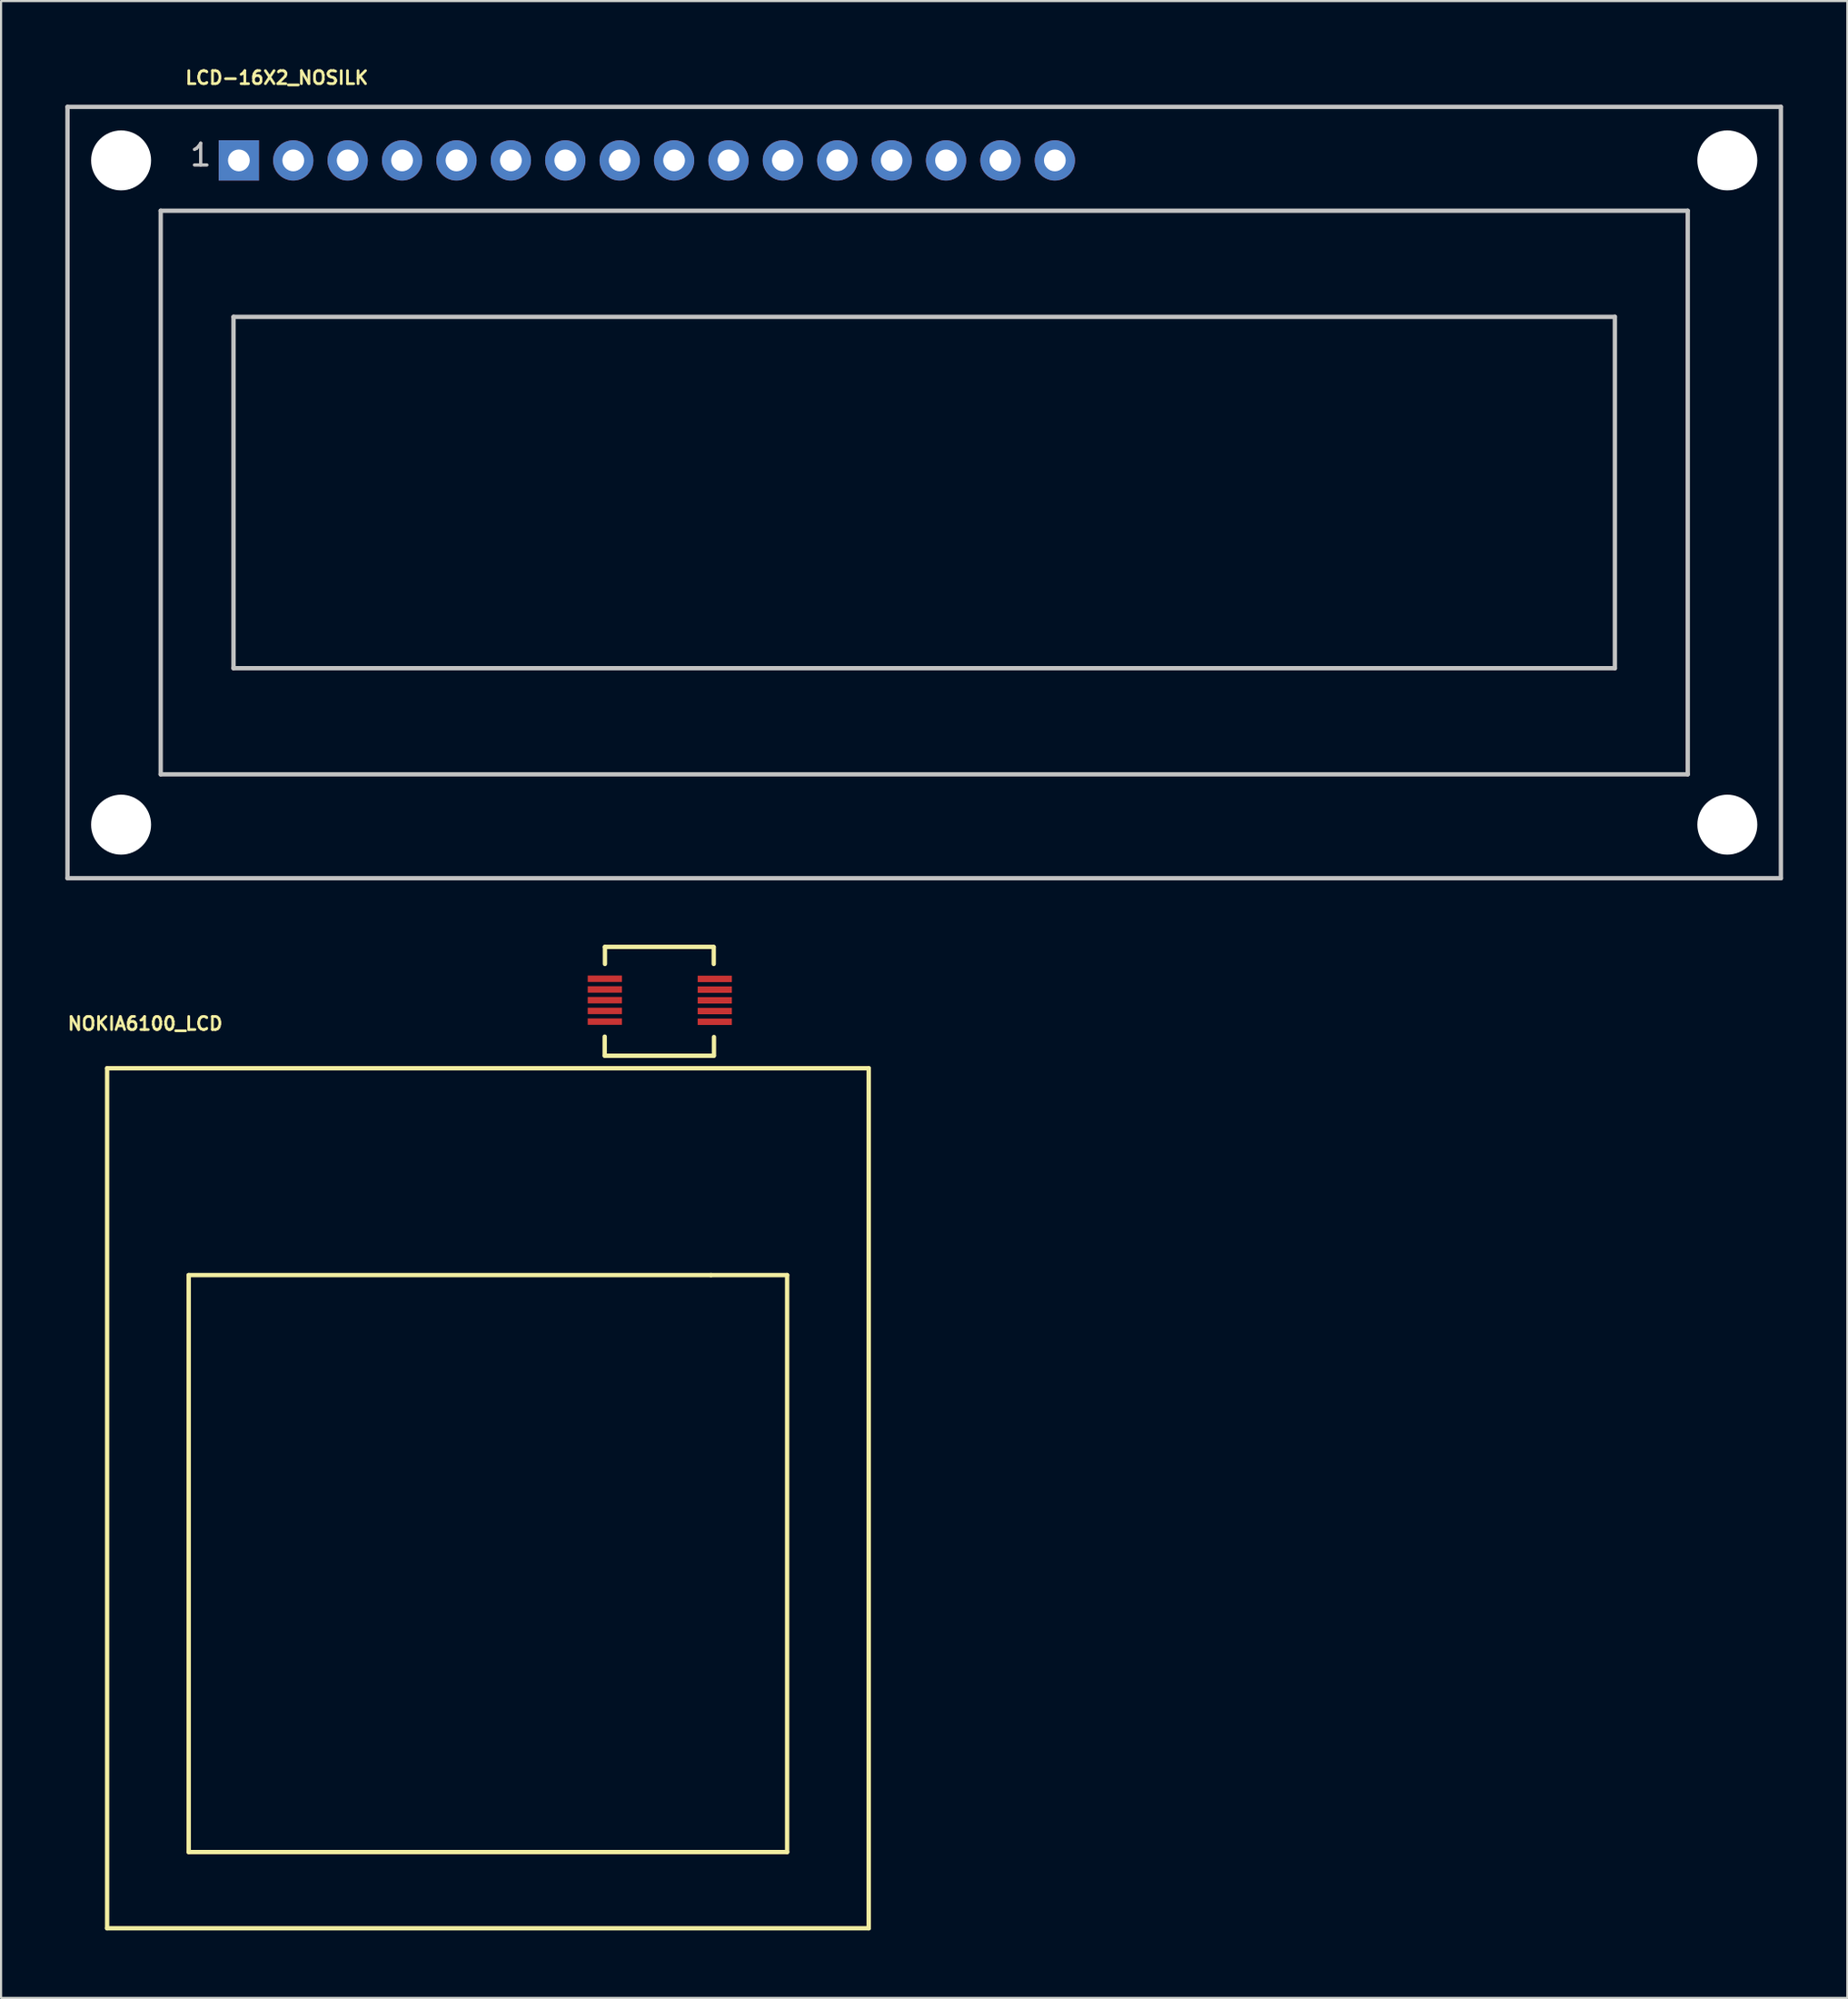
<source format=kicad_pcb>
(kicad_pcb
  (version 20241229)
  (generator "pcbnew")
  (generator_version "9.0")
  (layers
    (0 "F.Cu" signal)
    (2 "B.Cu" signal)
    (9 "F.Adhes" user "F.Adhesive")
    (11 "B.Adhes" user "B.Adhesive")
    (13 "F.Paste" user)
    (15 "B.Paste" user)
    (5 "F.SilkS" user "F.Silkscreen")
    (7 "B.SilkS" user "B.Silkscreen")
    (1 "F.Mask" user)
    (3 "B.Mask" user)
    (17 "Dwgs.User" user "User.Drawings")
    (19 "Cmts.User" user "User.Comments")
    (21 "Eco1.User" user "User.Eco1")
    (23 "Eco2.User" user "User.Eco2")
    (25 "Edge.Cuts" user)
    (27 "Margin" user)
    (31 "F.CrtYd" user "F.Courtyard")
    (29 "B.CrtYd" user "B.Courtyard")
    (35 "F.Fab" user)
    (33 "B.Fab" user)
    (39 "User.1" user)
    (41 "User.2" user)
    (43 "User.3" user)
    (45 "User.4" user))
  (footprint "LCD-16X2_NOSILK"
    (layer "F.Cu")
    (at 40.102 19.934)
    (property "Reference" "LCD-16X2_NOSILK" (at -30.226 -19.355 0) (layer "F.SilkS") (effects (font (size 0.61 0.61) (thickness 0.127))))
    (attr exclude_from_pos_files exclude_from_bom)
    (fp_line (start -40 -17.998) (end 40 -17.998) (stroke (width 0.203) (type solid)) (layer "Dwgs.User"))
    (fp_line (start -40 17.998) (end -40 -17.998) (stroke (width 0.203) (type solid)) (layer "Dwgs.User"))
    (fp_line (start -35.649 -13.15) (end 35.649 -13.15) (stroke (width 0.203) (type solid)) (layer "Dwgs.User"))
    (fp_line (start -35.649 13.15) (end -35.649 -13.15) (stroke (width 0.203) (type solid)) (layer "Dwgs.User"))
    (fp_line (start -32.248 -8.199) (end 32.248 -8.199) (stroke (width 0.203) (type solid)) (layer "Dwgs.User"))
    (fp_line (start -32.248 8.199) (end -32.248 -8.199) (stroke (width 0.203) (type solid)) (layer "Dwgs.User"))
    (fp_line (start 32.248 -8.199) (end 32.248 8.199) (stroke (width 0.203) (type solid)) (layer "Dwgs.User"))
    (fp_line (start 32.248 8.199) (end -32.248 8.199) (stroke (width 0.203) (type solid)) (layer "Dwgs.User"))
    (fp_line (start 35.649 -13.15) (end 35.649 13.15) (stroke (width 0.203) (type solid)) (layer "Dwgs.User"))
    (fp_line (start 35.649 13.15) (end -35.649 13.15) (stroke (width 0.203) (type solid)) (layer "Dwgs.User"))
    (fp_line (start 40 -17.998) (end 40 17.998) (stroke (width 0.203) (type solid)) (layer "Dwgs.User"))
    (fp_line (start 40 17.998) (end -40 17.998) (stroke (width 0.203) (type solid)) (layer "Dwgs.User"))
    (fp_text user "1" (at -33.782 -15.748 0) (layer "Dwgs.User") (effects (font (size 1.016 1.016) (thickness 0.152))))
    (pad "" np_thru_hole circle (at -37.498 -15.499) (size 2.799 2.799) (drill 2.799) (layers "*.Cu" "*.Mask"))
    (pad "" np_thru_hole circle (at -37.498 15.499) (size 2.799 2.799) (drill 2.799) (layers "*.Cu" "*.Mask"))
    (pad "" np_thru_hole circle (at 37.498 -15.499) (size 2.799 2.799) (drill 2.799) (layers "*.Cu" "*.Mask"))
    (pad "" np_thru_hole circle (at 37.498 15.499) (size 2.799 2.799) (drill 2.799) (layers "*.Cu" "*.Mask"))
    (pad "1" thru_hole rect (at -31.999 -15.499) (size 1.88 1.88) (drill 1.016) (layers "*.Cu" "*.Paste" "*.Mask"))
    (pad "2" thru_hole circle (at -29.459 -15.499) (size 1.88 1.88) (drill 1.016) (layers "*.Cu" "*.Paste" "*.Mask"))
    (pad "3" thru_hole circle (at -26.919 -15.499) (size 1.88 1.88) (drill 1.016) (layers "*.Cu" "*.Paste" "*.Mask"))
    (pad "4" thru_hole circle (at -24.379 -15.499) (size 1.88 1.88) (drill 1.016) (layers "*.Cu" "*.Paste" "*.Mask"))
    (pad "5" thru_hole circle (at -21.839 -15.499) (size 1.88 1.88) (drill 1.016) (layers "*.Cu" "*.Paste" "*.Mask"))
    (pad "6" thru_hole circle (at -19.299 -15.499) (size 1.88 1.88) (drill 1.016) (layers "*.Cu" "*.Paste" "*.Mask"))
    (pad "7" thru_hole circle (at -16.759 -15.499) (size 1.88 1.88) (drill 1.016) (layers "*.Cu" "*.Paste" "*.Mask"))
    (pad "8" thru_hole circle (at -14.219 -15.499) (size 1.88 1.88) (drill 1.016) (layers "*.Cu" "*.Paste" "*.Mask"))
    (pad "9" thru_hole circle (at -11.679 -15.499) (size 1.88 1.88) (drill 1.016) (layers "*.Cu" "*.Paste" "*.Mask"))
    (pad "10" thru_hole circle (at -9.139 -15.499) (size 1.88 1.88) (drill 1.016) (layers "*.Cu" "*.Paste" "*.Mask"))
    (pad "11" thru_hole circle (at -6.599 -15.499) (size 1.88 1.88) (drill 1.016) (layers "*.Cu" "*.Paste" "*.Mask"))
    (pad "12" thru_hole circle (at -4.059 -15.499) (size 1.88 1.88) (drill 1.016) (layers "*.Cu" "*.Paste" "*.Mask"))
    (pad "13" thru_hole circle (at -1.519 -15.499) (size 1.88 1.88) (drill 1.016) (layers "*.Cu" "*.Paste" "*.Mask"))
    (pad "14" thru_hole circle (at 1.019 -15.499) (size 1.88 1.88) (drill 1.016) (layers "*.Cu" "*.Paste" "*.Mask"))
    (pad "15" thru_hole circle (at 3.559 -15.499) (size 1.88 1.88) (drill 1.016) (layers "*.Cu" "*.Paste" "*.Mask"))
    (pad "16" thru_hole circle (at 6.099 -15.499) (size 1.88 1.88) (drill 1.016) (layers "*.Cu" "*.Paste" "*.Mask")))
  (footprint "NOKIA6100_LCD"
    (layer "F.Cu")
    (at 0.935 86.932)
    (property "Reference" "NOKIA6100_LCD" (at 2.794 -42.215 0) (layer "F.SilkS") (effects (font (size 0.61 0.61) (thickness 0.127))))
    (attr smd)
    (fp_line (start 1.016 -40.132) (end 36.576 -40.132) (stroke (width 0.203) (type solid)) (layer "F.SilkS"))
    (fp_line (start 1.016 0) (end 1.016 -40.132) (stroke (width 0.203) (type solid)) (layer "F.SilkS"))
    (fp_line (start 4.826 -30.48) (end 4.826 -3.556) (stroke (width 0.203) (type solid)) (layer "F.SilkS"))
    (fp_line (start 4.826 -30.48) (end 29.21 -30.48) (stroke (width 0.203) (type solid)) (layer "F.SilkS"))
    (fp_line (start 4.826 -3.556) (end 32.766 -3.556) (stroke (width 0.203) (type solid)) (layer "F.SilkS"))
    (fp_line (start 24.249 -40.719) (end 24.249 -41.608) (stroke (width 0.203) (type solid)) (layer "F.SilkS"))
    (fp_line (start 24.257 -45.796) (end 29.337 -45.796) (stroke (width 0.203) (type solid)) (layer "F.SilkS"))
    (fp_line (start 24.26 -45.789) (end 24.26 -44.999) (stroke (width 0.203) (type solid)) (layer "F.SilkS"))
    (fp_line (start 28.953 -30.48) (end 29.21 -30.48) (stroke (width 0.127) (type solid)) (layer "F.SilkS"))
    (fp_line (start 29.21 -30.48) (end 32.766 -30.48) (stroke (width 0.203) (type solid)) (layer "F.SilkS"))
    (fp_line (start 29.337 -40.716) (end 24.257 -40.716) (stroke (width 0.203) (type solid)) (layer "F.SilkS"))
    (fp_line (start 29.34 -45.778) (end 29.34 -44.999) (stroke (width 0.203) (type solid)) (layer "F.SilkS"))
    (fp_line (start 29.35 -40.719) (end 29.35 -41.59) (stroke (width 0.203) (type solid)) (layer "F.SilkS"))
    (fp_line (start 32.766 -30.48) (end 32.766 -3.556) (stroke (width 0.203) (type solid)) (layer "F.SilkS"))
    (fp_line (start 36.576 -40.132) (end 36.576 0) (stroke (width 0.203) (type solid)) (layer "F.SilkS"))
    (fp_line (start 36.576 0) (end 1.016 0) (stroke (width 0.203) (type solid)) (layer "F.SilkS"))
    (pad "1" smd rect (at 24.254 -44.31 90) (size 0.3 1.598) (layers "F.Cu" "F.Mask" "F.Paste"))
    (pad "2" smd rect (at 24.254 -43.81 90) (size 0.3 1.598) (layers "F.Cu" "F.Mask" "F.Paste"))
    (pad "3" smd rect (at 24.254 -43.31 90) (size 0.3 1.598) (layers "F.Cu" "F.Mask" "F.Paste"))
    (pad "4" smd rect (at 24.254 -42.809 90) (size 0.3 1.598) (layers "F.Cu" "F.Mask" "F.Paste"))
    (pad "5" smd rect (at 24.254 -42.309 90) (size 0.3 1.598) (layers "F.Cu" "F.Mask" "F.Paste"))
    (pad "6" smd rect (at 29.388 -42.301 270) (size 0.3 1.598) (layers "F.Cu" "F.Mask" "F.Paste"))
    (pad "7" smd rect (at 29.388 -42.802 270) (size 0.3 1.598) (layers "F.Cu" "F.Mask" "F.Paste"))
    (pad "8" smd rect (at 29.388 -43.302 270) (size 0.3 1.598) (layers "F.Cu" "F.Mask" "F.Paste"))
    (pad "9" smd rect (at 29.388 -43.802 270) (size 0.3 1.598) (layers "F.Cu" "F.Mask" "F.Paste"))
    (pad "10" smd rect (at 29.388 -44.303 270) (size 0.3 1.598) (layers "F.Cu" "F.Mask" "F.Paste")))
  (gr_rect
    (start -3 -3)
    (end 83.203 90.182)
    (stroke (width 0.1) (type default))
    (fill no)
    (layer "Edge.Cuts")))
</source>
